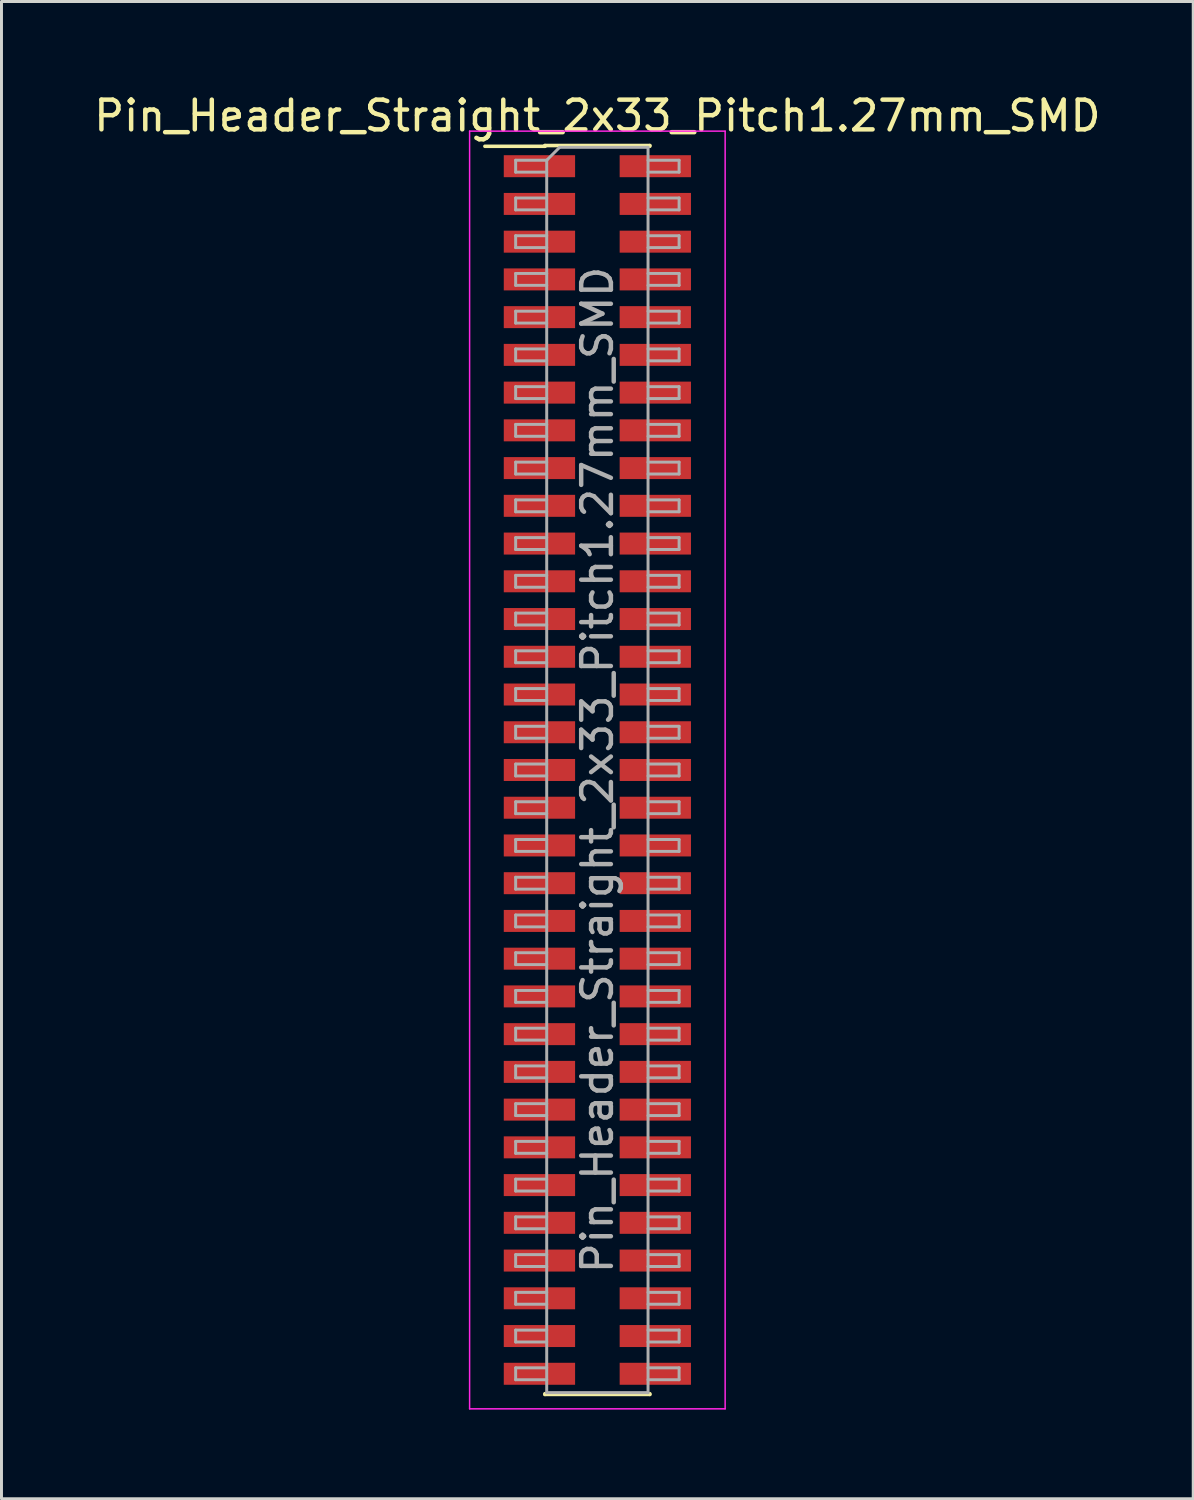
<source format=kicad_pcb>
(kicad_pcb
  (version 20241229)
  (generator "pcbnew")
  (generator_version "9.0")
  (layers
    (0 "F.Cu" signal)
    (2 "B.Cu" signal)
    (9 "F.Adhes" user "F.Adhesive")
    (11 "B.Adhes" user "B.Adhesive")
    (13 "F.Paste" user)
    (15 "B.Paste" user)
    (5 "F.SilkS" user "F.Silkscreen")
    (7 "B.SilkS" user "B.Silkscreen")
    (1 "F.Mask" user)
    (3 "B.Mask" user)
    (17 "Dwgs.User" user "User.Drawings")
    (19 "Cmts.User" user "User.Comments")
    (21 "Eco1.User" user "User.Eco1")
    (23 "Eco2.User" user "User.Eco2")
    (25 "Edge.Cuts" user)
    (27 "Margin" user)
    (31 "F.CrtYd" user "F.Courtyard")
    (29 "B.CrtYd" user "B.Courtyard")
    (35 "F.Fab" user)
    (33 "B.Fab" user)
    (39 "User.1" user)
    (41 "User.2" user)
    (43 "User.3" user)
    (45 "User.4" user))
  (footprint "Pin_Header_Straight_2x33_Pitch1.27mm_SMD"
    (layer "F.Cu")
    (at 17.054 22.863)
    (property "Reference" "Pin_Header_Straight_2x33_Pitch1.27mm_SMD" (at 0 -22.015 0) (layer "F.SilkS") (effects (font (size 1 1) (thickness 0.15))))
    (attr smd)
    (fp_line (start -3.785 -20.99) (end -1.765 -20.99) (stroke (width 0.12) (type solid)) (layer "F.SilkS"))
    (fp_line (start -1.765 -21.015) (end 1.765 -21.015) (stroke (width 0.12) (type solid)) (layer "F.SilkS"))
    (fp_line (start -1.765 -20.99) (end -1.765 -21.015) (stroke (width 0.12) (type solid)) (layer "F.SilkS"))
    (fp_line (start -1.765 20.99) (end -1.765 21.015) (stroke (width 0.12) (type solid)) (layer "F.SilkS"))
    (fp_line (start -1.765 21.015) (end 1.765 21.015) (stroke (width 0.12) (type solid)) (layer "F.SilkS"))
    (fp_line (start 1.765 -21.015) (end 1.765 -20.99) (stroke (width 0.12) (type solid)) (layer "F.SilkS"))
    (fp_line (start 1.765 21.015) (end 1.765 20.99) (stroke (width 0.12) (type solid)) (layer "F.SilkS"))
    (fp_line (start -4.3 -21.5) (end -4.3 21.5) (stroke (width 0.05) (type solid)) (layer "F.CrtYd"))
    (fp_line (start -4.3 21.5) (end 4.3 21.5) (stroke (width 0.05) (type solid)) (layer "F.CrtYd"))
    (fp_line (start 4.3 -21.5) (end -4.3 -21.5) (stroke (width 0.05) (type solid)) (layer "F.CrtYd"))
    (fp_line (start 4.3 21.5) (end 4.3 -21.5) (stroke (width 0.05) (type solid)) (layer "F.CrtYd"))
    (fp_line (start -2.75 -20.52) (end -2.75 -20.12) (stroke (width 0.1) (type solid)) (layer "F.Fab"))
    (fp_line (start -2.75 -20.12) (end -1.705 -20.12) (stroke (width 0.1) (type solid)) (layer "F.Fab"))
    (fp_line (start -2.75 -19.25) (end -2.75 -18.85) (stroke (width 0.1) (type solid)) (layer "F.Fab"))
    (fp_line (start -2.75 -18.85) (end -1.705 -18.85) (stroke (width 0.1) (type solid)) (layer "F.Fab"))
    (fp_line (start -2.75 -17.98) (end -2.75 -17.58) (stroke (width 0.1) (type solid)) (layer "F.Fab"))
    (fp_line (start -2.75 -17.58) (end -1.705 -17.58) (stroke (width 0.1) (type solid)) (layer "F.Fab"))
    (fp_line (start -2.75 -16.71) (end -2.75 -16.31) (stroke (width 0.1) (type solid)) (layer "F.Fab"))
    (fp_line (start -2.75 -16.31) (end -1.705 -16.31) (stroke (width 0.1) (type solid)) (layer "F.Fab"))
    (fp_line (start -2.75 -15.44) (end -2.75 -15.04) (stroke (width 0.1) (type solid)) (layer "F.Fab"))
    (fp_line (start -2.75 -15.04) (end -1.705 -15.04) (stroke (width 0.1) (type solid)) (layer "F.Fab"))
    (fp_line (start -2.75 -14.17) (end -2.75 -13.77) (stroke (width 0.1) (type solid)) (layer "F.Fab"))
    (fp_line (start -2.75 -13.77) (end -1.705 -13.77) (stroke (width 0.1) (type solid)) (layer "F.Fab"))
    (fp_line (start -2.75 -12.9) (end -2.75 -12.5) (stroke (width 0.1) (type solid)) (layer "F.Fab"))
    (fp_line (start -2.75 -12.5) (end -1.705 -12.5) (stroke (width 0.1) (type solid)) (layer "F.Fab"))
    (fp_line (start -2.75 -11.63) (end -2.75 -11.23) (stroke (width 0.1) (type solid)) (layer "F.Fab"))
    (fp_line (start -2.75 -11.23) (end -1.705 -11.23) (stroke (width 0.1) (type solid)) (layer "F.Fab"))
    (fp_line (start -2.75 -10.36) (end -2.75 -9.96) (stroke (width 0.1) (type solid)) (layer "F.Fab"))
    (fp_line (start -2.75 -9.96) (end -1.705 -9.96) (stroke (width 0.1) (type solid)) (layer "F.Fab"))
    (fp_line (start -2.75 -9.09) (end -2.75 -8.69) (stroke (width 0.1) (type solid)) (layer "F.Fab"))
    (fp_line (start -2.75 -8.69) (end -1.705 -8.69) (stroke (width 0.1) (type solid)) (layer "F.Fab"))
    (fp_line (start -2.75 -7.82) (end -2.75 -7.42) (stroke (width 0.1) (type solid)) (layer "F.Fab"))
    (fp_line (start -2.75 -7.42) (end -1.705 -7.42) (stroke (width 0.1) (type solid)) (layer "F.Fab"))
    (fp_line (start -2.75 -6.55) (end -2.75 -6.15) (stroke (width 0.1) (type solid)) (layer "F.Fab"))
    (fp_line (start -2.75 -6.15) (end -1.705 -6.15) (stroke (width 0.1) (type solid)) (layer "F.Fab"))
    (fp_line (start -2.75 -5.28) (end -2.75 -4.88) (stroke (width 0.1) (type solid)) (layer "F.Fab"))
    (fp_line (start -2.75 -4.88) (end -1.705 -4.88) (stroke (width 0.1) (type solid)) (layer "F.Fab"))
    (fp_line (start -2.75 -4.01) (end -2.75 -3.61) (stroke (width 0.1) (type solid)) (layer "F.Fab"))
    (fp_line (start -2.75 -3.61) (end -1.705 -3.61) (stroke (width 0.1) (type solid)) (layer "F.Fab"))
    (fp_line (start -2.75 -2.74) (end -2.75 -2.34) (stroke (width 0.1) (type solid)) (layer "F.Fab"))
    (fp_line (start -2.75 -2.34) (end -1.705 -2.34) (stroke (width 0.1) (type solid)) (layer "F.Fab"))
    (fp_line (start -2.75 -1.47) (end -2.75 -1.07) (stroke (width 0.1) (type solid)) (layer "F.Fab"))
    (fp_line (start -2.75 -1.07) (end -1.705 -1.07) (stroke (width 0.1) (type solid)) (layer "F.Fab"))
    (fp_line (start -2.75 -0.2) (end -2.75 0.2) (stroke (width 0.1) (type solid)) (layer "F.Fab"))
    (fp_line (start -2.75 0.2) (end -1.705 0.2) (stroke (width 0.1) (type solid)) (layer "F.Fab"))
    (fp_line (start -2.75 1.07) (end -2.75 1.47) (stroke (width 0.1) (type solid)) (layer "F.Fab"))
    (fp_line (start -2.75 1.47) (end -1.705 1.47) (stroke (width 0.1) (type solid)) (layer "F.Fab"))
    (fp_line (start -2.75 2.34) (end -2.75 2.74) (stroke (width 0.1) (type solid)) (layer "F.Fab"))
    (fp_line (start -2.75 2.74) (end -1.705 2.74) (stroke (width 0.1) (type solid)) (layer "F.Fab"))
    (fp_line (start -2.75 3.61) (end -2.75 4.01) (stroke (width 0.1) (type solid)) (layer "F.Fab"))
    (fp_line (start -2.75 4.01) (end -1.705 4.01) (stroke (width 0.1) (type solid)) (layer "F.Fab"))
    (fp_line (start -2.75 4.88) (end -2.75 5.28) (stroke (width 0.1) (type solid)) (layer "F.Fab"))
    (fp_line (start -2.75 5.28) (end -1.705 5.28) (stroke (width 0.1) (type solid)) (layer "F.Fab"))
    (fp_line (start -2.75 6.15) (end -2.75 6.55) (stroke (width 0.1) (type solid)) (layer "F.Fab"))
    (fp_line (start -2.75 6.55) (end -1.705 6.55) (stroke (width 0.1) (type solid)) (layer "F.Fab"))
    (fp_line (start -2.75 7.42) (end -2.75 7.82) (stroke (width 0.1) (type solid)) (layer "F.Fab"))
    (fp_line (start -2.75 7.82) (end -1.705 7.82) (stroke (width 0.1) (type solid)) (layer "F.Fab"))
    (fp_line (start -2.75 8.69) (end -2.75 9.09) (stroke (width 0.1) (type solid)) (layer "F.Fab"))
    (fp_line (start -2.75 9.09) (end -1.705 9.09) (stroke (width 0.1) (type solid)) (layer "F.Fab"))
    (fp_line (start -2.75 9.96) (end -2.75 10.36) (stroke (width 0.1) (type solid)) (layer "F.Fab"))
    (fp_line (start -2.75 10.36) (end -1.705 10.36) (stroke (width 0.1) (type solid)) (layer "F.Fab"))
    (fp_line (start -2.75 11.23) (end -2.75 11.63) (stroke (width 0.1) (type solid)) (layer "F.Fab"))
    (fp_line (start -2.75 11.63) (end -1.705 11.63) (stroke (width 0.1) (type solid)) (layer "F.Fab"))
    (fp_line (start -2.75 12.5) (end -2.75 12.9) (stroke (width 0.1) (type solid)) (layer "F.Fab"))
    (fp_line (start -2.75 12.9) (end -1.705 12.9) (stroke (width 0.1) (type solid)) (layer "F.Fab"))
    (fp_line (start -2.75 13.77) (end -2.75 14.17) (stroke (width 0.1) (type solid)) (layer "F.Fab"))
    (fp_line (start -2.75 14.17) (end -1.705 14.17) (stroke (width 0.1) (type solid)) (layer "F.Fab"))
    (fp_line (start -2.75 15.04) (end -2.75 15.44) (stroke (width 0.1) (type solid)) (layer "F.Fab"))
    (fp_line (start -2.75 15.44) (end -1.705 15.44) (stroke (width 0.1) (type solid)) (layer "F.Fab"))
    (fp_line (start -2.75 16.31) (end -2.75 16.71) (stroke (width 0.1) (type solid)) (layer "F.Fab"))
    (fp_line (start -2.75 16.71) (end -1.705 16.71) (stroke (width 0.1) (type solid)) (layer "F.Fab"))
    (fp_line (start -2.75 17.58) (end -2.75 17.98) (stroke (width 0.1) (type solid)) (layer "F.Fab"))
    (fp_line (start -2.75 17.98) (end -1.705 17.98) (stroke (width 0.1) (type solid)) (layer "F.Fab"))
    (fp_line (start -2.75 18.85) (end -2.75 19.25) (stroke (width 0.1) (type solid)) (layer "F.Fab"))
    (fp_line (start -2.75 19.25) (end -1.705 19.25) (stroke (width 0.1) (type solid)) (layer "F.Fab"))
    (fp_line (start -2.75 20.12) (end -2.75 20.52) (stroke (width 0.1) (type solid)) (layer "F.Fab"))
    (fp_line (start -2.75 20.52) (end -1.705 20.52) (stroke (width 0.1) (type solid)) (layer "F.Fab"))
    (fp_line (start -1.705 -20.52) (end -2.75 -20.52) (stroke (width 0.1) (type solid)) (layer "F.Fab"))
    (fp_line (start -1.705 -20.52) (end -1.27 -20.955) (stroke (width 0.1) (type solid)) (layer "F.Fab"))
    (fp_line (start -1.705 -19.25) (end -2.75 -19.25) (stroke (width 0.1) (type solid)) (layer "F.Fab"))
    (fp_line (start -1.705 -17.98) (end -2.75 -17.98) (stroke (width 0.1) (type solid)) (layer "F.Fab"))
    (fp_line (start -1.705 -16.71) (end -2.75 -16.71) (stroke (width 0.1) (type solid)) (layer "F.Fab"))
    (fp_line (start -1.705 -15.44) (end -2.75 -15.44) (stroke (width 0.1) (type solid)) (layer "F.Fab"))
    (fp_line (start -1.705 -14.17) (end -2.75 -14.17) (stroke (width 0.1) (type solid)) (layer "F.Fab"))
    (fp_line (start -1.705 -12.9) (end -2.75 -12.9) (stroke (width 0.1) (type solid)) (layer "F.Fab"))
    (fp_line (start -1.705 -11.63) (end -2.75 -11.63) (stroke (width 0.1) (type solid)) (layer "F.Fab"))
    (fp_line (start -1.705 -10.36) (end -2.75 -10.36) (stroke (width 0.1) (type solid)) (layer "F.Fab"))
    (fp_line (start -1.705 -9.09) (end -2.75 -9.09) (stroke (width 0.1) (type solid)) (layer "F.Fab"))
    (fp_line (start -1.705 -7.82) (end -2.75 -7.82) (stroke (width 0.1) (type solid)) (layer "F.Fab"))
    (fp_line (start -1.705 -6.55) (end -2.75 -6.55) (stroke (width 0.1) (type solid)) (layer "F.Fab"))
    (fp_line (start -1.705 -5.28) (end -2.75 -5.28) (stroke (width 0.1) (type solid)) (layer "F.Fab"))
    (fp_line (start -1.705 -4.01) (end -2.75 -4.01) (stroke (width 0.1) (type solid)) (layer "F.Fab"))
    (fp_line (start -1.705 -2.74) (end -2.75 -2.74) (stroke (width 0.1) (type solid)) (layer "F.Fab"))
    (fp_line (start -1.705 -1.47) (end -2.75 -1.47) (stroke (width 0.1) (type solid)) (layer "F.Fab"))
    (fp_line (start -1.705 -0.2) (end -2.75 -0.2) (stroke (width 0.1) (type solid)) (layer "F.Fab"))
    (fp_line (start -1.705 1.07) (end -2.75 1.07) (stroke (width 0.1) (type solid)) (layer "F.Fab"))
    (fp_line (start -1.705 2.34) (end -2.75 2.34) (stroke (width 0.1) (type solid)) (layer "F.Fab"))
    (fp_line (start -1.705 3.61) (end -2.75 3.61) (stroke (width 0.1) (type solid)) (layer "F.Fab"))
    (fp_line (start -1.705 4.88) (end -2.75 4.88) (stroke (width 0.1) (type solid)) (layer "F.Fab"))
    (fp_line (start -1.705 6.15) (end -2.75 6.15) (stroke (width 0.1) (type solid)) (layer "F.Fab"))
    (fp_line (start -1.705 7.42) (end -2.75 7.42) (stroke (width 0.1) (type solid)) (layer "F.Fab"))
    (fp_line (start -1.705 8.69) (end -2.75 8.69) (stroke (width 0.1) (type solid)) (layer "F.Fab"))
    (fp_line (start -1.705 9.96) (end -2.75 9.96) (stroke (width 0.1) (type solid)) (layer "F.Fab"))
    (fp_line (start -1.705 11.23) (end -2.75 11.23) (stroke (width 0.1) (type solid)) (layer "F.Fab"))
    (fp_line (start -1.705 12.5) (end -2.75 12.5) (stroke (width 0.1) (type solid)) (layer "F.Fab"))
    (fp_line (start -1.705 13.77) (end -2.75 13.77) (stroke (width 0.1) (type solid)) (layer "F.Fab"))
    (fp_line (start -1.705 15.04) (end -2.75 15.04) (stroke (width 0.1) (type solid)) (layer "F.Fab"))
    (fp_line (start -1.705 16.31) (end -2.75 16.31) (stroke (width 0.1) (type solid)) (layer "F.Fab"))
    (fp_line (start -1.705 17.58) (end -2.75 17.58) (stroke (width 0.1) (type solid)) (layer "F.Fab"))
    (fp_line (start -1.705 18.85) (end -2.75 18.85) (stroke (width 0.1) (type solid)) (layer "F.Fab"))
    (fp_line (start -1.705 20.12) (end -2.75 20.12) (stroke (width 0.1) (type solid)) (layer "F.Fab"))
    (fp_line (start -1.705 20.955) (end -1.705 -20.52) (stroke (width 0.1) (type solid)) (layer "F.Fab"))
    (fp_line (start -1.27 -20.955) (end 1.705 -20.955) (stroke (width 0.1) (type solid)) (layer "F.Fab"))
    (fp_line (start 1.705 -20.955) (end 1.705 20.955) (stroke (width 0.1) (type solid)) (layer "F.Fab"))
    (fp_line (start 1.705 -20.52) (end 2.75 -20.52) (stroke (width 0.1) (type solid)) (layer "F.Fab"))
    (fp_line (start 1.705 -19.25) (end 2.75 -19.25) (stroke (width 0.1) (type solid)) (layer "F.Fab"))
    (fp_line (start 1.705 -17.98) (end 2.75 -17.98) (stroke (width 0.1) (type solid)) (layer "F.Fab"))
    (fp_line (start 1.705 -16.71) (end 2.75 -16.71) (stroke (width 0.1) (type solid)) (layer "F.Fab"))
    (fp_line (start 1.705 -15.44) (end 2.75 -15.44) (stroke (width 0.1) (type solid)) (layer "F.Fab"))
    (fp_line (start 1.705 -14.17) (end 2.75 -14.17) (stroke (width 0.1) (type solid)) (layer "F.Fab"))
    (fp_line (start 1.705 -12.9) (end 2.75 -12.9) (stroke (width 0.1) (type solid)) (layer "F.Fab"))
    (fp_line (start 1.705 -11.63) (end 2.75 -11.63) (stroke (width 0.1) (type solid)) (layer "F.Fab"))
    (fp_line (start 1.705 -10.36) (end 2.75 -10.36) (stroke (width 0.1) (type solid)) (layer "F.Fab"))
    (fp_line (start 1.705 -9.09) (end 2.75 -9.09) (stroke (width 0.1) (type solid)) (layer "F.Fab"))
    (fp_line (start 1.705 -7.82) (end 2.75 -7.82) (stroke (width 0.1) (type solid)) (layer "F.Fab"))
    (fp_line (start 1.705 -6.55) (end 2.75 -6.55) (stroke (width 0.1) (type solid)) (layer "F.Fab"))
    (fp_line (start 1.705 -5.28) (end 2.75 -5.28) (stroke (width 0.1) (type solid)) (layer "F.Fab"))
    (fp_line (start 1.705 -4.01) (end 2.75 -4.01) (stroke (width 0.1) (type solid)) (layer "F.Fab"))
    (fp_line (start 1.705 -2.74) (end 2.75 -2.74) (stroke (width 0.1) (type solid)) (layer "F.Fab"))
    (fp_line (start 1.705 -1.47) (end 2.75 -1.47) (stroke (width 0.1) (type solid)) (layer "F.Fab"))
    (fp_line (start 1.705 -0.2) (end 2.75 -0.2) (stroke (width 0.1) (type solid)) (layer "F.Fab"))
    (fp_line (start 1.705 1.07) (end 2.75 1.07) (stroke (width 0.1) (type solid)) (layer "F.Fab"))
    (fp_line (start 1.705 2.34) (end 2.75 2.34) (stroke (width 0.1) (type solid)) (layer "F.Fab"))
    (fp_line (start 1.705 3.61) (end 2.75 3.61) (stroke (width 0.1) (type solid)) (layer "F.Fab"))
    (fp_line (start 1.705 4.88) (end 2.75 4.88) (stroke (width 0.1) (type solid)) (layer "F.Fab"))
    (fp_line (start 1.705 6.15) (end 2.75 6.15) (stroke (width 0.1) (type solid)) (layer "F.Fab"))
    (fp_line (start 1.705 7.42) (end 2.75 7.42) (stroke (width 0.1) (type solid)) (layer "F.Fab"))
    (fp_line (start 1.705 8.69) (end 2.75 8.69) (stroke (width 0.1) (type solid)) (layer "F.Fab"))
    (fp_line (start 1.705 9.96) (end 2.75 9.96) (stroke (width 0.1) (type solid)) (layer "F.Fab"))
    (fp_line (start 1.705 11.23) (end 2.75 11.23) (stroke (width 0.1) (type solid)) (layer "F.Fab"))
    (fp_line (start 1.705 12.5) (end 2.75 12.5) (stroke (width 0.1) (type solid)) (layer "F.Fab"))
    (fp_line (start 1.705 13.77) (end 2.75 13.77) (stroke (width 0.1) (type solid)) (layer "F.Fab"))
    (fp_line (start 1.705 15.04) (end 2.75 15.04) (stroke (width 0.1) (type solid)) (layer "F.Fab"))
    (fp_line (start 1.705 16.31) (end 2.75 16.31) (stroke (width 0.1) (type solid)) (layer "F.Fab"))
    (fp_line (start 1.705 17.58) (end 2.75 17.58) (stroke (width 0.1) (type solid)) (layer "F.Fab"))
    (fp_line (start 1.705 18.85) (end 2.75 18.85) (stroke (width 0.1) (type solid)) (layer "F.Fab"))
    (fp_line (start 1.705 20.12) (end 2.75 20.12) (stroke (width 0.1) (type solid)) (layer "F.Fab"))
    (fp_line (start 1.705 20.955) (end -1.705 20.955) (stroke (width 0.1) (type solid)) (layer "F.Fab"))
    (fp_line (start 2.75 -20.52) (end 2.75 -20.12) (stroke (width 0.1) (type solid)) (layer "F.Fab"))
    (fp_line (start 2.75 -20.12) (end 1.705 -20.12) (stroke (width 0.1) (type solid)) (layer "F.Fab"))
    (fp_line (start 2.75 -19.25) (end 2.75 -18.85) (stroke (width 0.1) (type solid)) (layer "F.Fab"))
    (fp_line (start 2.75 -18.85) (end 1.705 -18.85) (stroke (width 0.1) (type solid)) (layer "F.Fab"))
    (fp_line (start 2.75 -17.98) (end 2.75 -17.58) (stroke (width 0.1) (type solid)) (layer "F.Fab"))
    (fp_line (start 2.75 -17.58) (end 1.705 -17.58) (stroke (width 0.1) (type solid)) (layer "F.Fab"))
    (fp_line (start 2.75 -16.71) (end 2.75 -16.31) (stroke (width 0.1) (type solid)) (layer "F.Fab"))
    (fp_line (start 2.75 -16.31) (end 1.705 -16.31) (stroke (width 0.1) (type solid)) (layer "F.Fab"))
    (fp_line (start 2.75 -15.44) (end 2.75 -15.04) (stroke (width 0.1) (type solid)) (layer "F.Fab"))
    (fp_line (start 2.75 -15.04) (end 1.705 -15.04) (stroke (width 0.1) (type solid)) (layer "F.Fab"))
    (fp_line (start 2.75 -14.17) (end 2.75 -13.77) (stroke (width 0.1) (type solid)) (layer "F.Fab"))
    (fp_line (start 2.75 -13.77) (end 1.705 -13.77) (stroke (width 0.1) (type solid)) (layer "F.Fab"))
    (fp_line (start 2.75 -12.9) (end 2.75 -12.5) (stroke (width 0.1) (type solid)) (layer "F.Fab"))
    (fp_line (start 2.75 -12.5) (end 1.705 -12.5) (stroke (width 0.1) (type solid)) (layer "F.Fab"))
    (fp_line (start 2.75 -11.63) (end 2.75 -11.23) (stroke (width 0.1) (type solid)) (layer "F.Fab"))
    (fp_line (start 2.75 -11.23) (end 1.705 -11.23) (stroke (width 0.1) (type solid)) (layer "F.Fab"))
    (fp_line (start 2.75 -10.36) (end 2.75 -9.96) (stroke (width 0.1) (type solid)) (layer "F.Fab"))
    (fp_line (start 2.75 -9.96) (end 1.705 -9.96) (stroke (width 0.1) (type solid)) (layer "F.Fab"))
    (fp_line (start 2.75 -9.09) (end 2.75 -8.69) (stroke (width 0.1) (type solid)) (layer "F.Fab"))
    (fp_line (start 2.75 -8.69) (end 1.705 -8.69) (stroke (width 0.1) (type solid)) (layer "F.Fab"))
    (fp_line (start 2.75 -7.82) (end 2.75 -7.42) (stroke (width 0.1) (type solid)) (layer "F.Fab"))
    (fp_line (start 2.75 -7.42) (end 1.705 -7.42) (stroke (width 0.1) (type solid)) (layer "F.Fab"))
    (fp_line (start 2.75 -6.55) (end 2.75 -6.15) (stroke (width 0.1) (type solid)) (layer "F.Fab"))
    (fp_line (start 2.75 -6.15) (end 1.705 -6.15) (stroke (width 0.1) (type solid)) (layer "F.Fab"))
    (fp_line (start 2.75 -5.28) (end 2.75 -4.88) (stroke (width 0.1) (type solid)) (layer "F.Fab"))
    (fp_line (start 2.75 -4.88) (end 1.705 -4.88) (stroke (width 0.1) (type solid)) (layer "F.Fab"))
    (fp_line (start 2.75 -4.01) (end 2.75 -3.61) (stroke (width 0.1) (type solid)) (layer "F.Fab"))
    (fp_line (start 2.75 -3.61) (end 1.705 -3.61) (stroke (width 0.1) (type solid)) (layer "F.Fab"))
    (fp_line (start 2.75 -2.74) (end 2.75 -2.34) (stroke (width 0.1) (type solid)) (layer "F.Fab"))
    (fp_line (start 2.75 -2.34) (end 1.705 -2.34) (stroke (width 0.1) (type solid)) (layer "F.Fab"))
    (fp_line (start 2.75 -1.47) (end 2.75 -1.07) (stroke (width 0.1) (type solid)) (layer "F.Fab"))
    (fp_line (start 2.75 -1.07) (end 1.705 -1.07) (stroke (width 0.1) (type solid)) (layer "F.Fab"))
    (fp_line (start 2.75 -0.2) (end 2.75 0.2) (stroke (width 0.1) (type solid)) (layer "F.Fab"))
    (fp_line (start 2.75 0.2) (end 1.705 0.2) (stroke (width 0.1) (type solid)) (layer "F.Fab"))
    (fp_line (start 2.75 1.07) (end 2.75 1.47) (stroke (width 0.1) (type solid)) (layer "F.Fab"))
    (fp_line (start 2.75 1.47) (end 1.705 1.47) (stroke (width 0.1) (type solid)) (layer "F.Fab"))
    (fp_line (start 2.75 2.34) (end 2.75 2.74) (stroke (width 0.1) (type solid)) (layer "F.Fab"))
    (fp_line (start 2.75 2.74) (end 1.705 2.74) (stroke (width 0.1) (type solid)) (layer "F.Fab"))
    (fp_line (start 2.75 3.61) (end 2.75 4.01) (stroke (width 0.1) (type solid)) (layer "F.Fab"))
    (fp_line (start 2.75 4.01) (end 1.705 4.01) (stroke (width 0.1) (type solid)) (layer "F.Fab"))
    (fp_line (start 2.75 4.88) (end 2.75 5.28) (stroke (width 0.1) (type solid)) (layer "F.Fab"))
    (fp_line (start 2.75 5.28) (end 1.705 5.28) (stroke (width 0.1) (type solid)) (layer "F.Fab"))
    (fp_line (start 2.75 6.15) (end 2.75 6.55) (stroke (width 0.1) (type solid)) (layer "F.Fab"))
    (fp_line (start 2.75 6.55) (end 1.705 6.55) (stroke (width 0.1) (type solid)) (layer "F.Fab"))
    (fp_line (start 2.75 7.42) (end 2.75 7.82) (stroke (width 0.1) (type solid)) (layer "F.Fab"))
    (fp_line (start 2.75 7.82) (end 1.705 7.82) (stroke (width 0.1) (type solid)) (layer "F.Fab"))
    (fp_line (start 2.75 8.69) (end 2.75 9.09) (stroke (width 0.1) (type solid)) (layer "F.Fab"))
    (fp_line (start 2.75 9.09) (end 1.705 9.09) (stroke (width 0.1) (type solid)) (layer "F.Fab"))
    (fp_line (start 2.75 9.96) (end 2.75 10.36) (stroke (width 0.1) (type solid)) (layer "F.Fab"))
    (fp_line (start 2.75 10.36) (end 1.705 10.36) (stroke (width 0.1) (type solid)) (layer "F.Fab"))
    (fp_line (start 2.75 11.23) (end 2.75 11.63) (stroke (width 0.1) (type solid)) (layer "F.Fab"))
    (fp_line (start 2.75 11.63) (end 1.705 11.63) (stroke (width 0.1) (type solid)) (layer "F.Fab"))
    (fp_line (start 2.75 12.5) (end 2.75 12.9) (stroke (width 0.1) (type solid)) (layer "F.Fab"))
    (fp_line (start 2.75 12.9) (end 1.705 12.9) (stroke (width 0.1) (type solid)) (layer "F.Fab"))
    (fp_line (start 2.75 13.77) (end 2.75 14.17) (stroke (width 0.1) (type solid)) (layer "F.Fab"))
    (fp_line (start 2.75 14.17) (end 1.705 14.17) (stroke (width 0.1) (type solid)) (layer "F.Fab"))
    (fp_line (start 2.75 15.04) (end 2.75 15.44) (stroke (width 0.1) (type solid)) (layer "F.Fab"))
    (fp_line (start 2.75 15.44) (end 1.705 15.44) (stroke (width 0.1) (type solid)) (layer "F.Fab"))
    (fp_line (start 2.75 16.31) (end 2.75 16.71) (stroke (width 0.1) (type solid)) (layer "F.Fab"))
    (fp_line (start 2.75 16.71) (end 1.705 16.71) (stroke (width 0.1) (type solid)) (layer "F.Fab"))
    (fp_line (start 2.75 17.58) (end 2.75 17.98) (stroke (width 0.1) (type solid)) (layer "F.Fab"))
    (fp_line (start 2.75 17.98) (end 1.705 17.98) (stroke (width 0.1) (type solid)) (layer "F.Fab"))
    (fp_line (start 2.75 18.85) (end 2.75 19.25) (stroke (width 0.1) (type solid)) (layer "F.Fab"))
    (fp_line (start 2.75 19.25) (end 1.705 19.25) (stroke (width 0.1) (type solid)) (layer "F.Fab"))
    (fp_line (start 2.75 20.12) (end 2.75 20.52) (stroke (width 0.1) (type solid)) (layer "F.Fab"))
    (fp_line (start 2.75 20.52) (end 1.705 20.52) (stroke (width 0.1) (type solid)) (layer "F.Fab"))
    (fp_text user "${REFERENCE}" (at 0 0 90) (layer "F.Fab") (effects (font (size 1 1) (thickness 0.15))))
    (pad "1" smd rect (at -1.95 -20.32) (size 2.4 0.74) (layers "F.Cu" "F.Mask" "F.Paste"))
    (pad "2" smd rect (at 1.95 -20.32) (size 2.4 0.74) (layers "F.Cu" "F.Mask" "F.Paste"))
    (pad "3" smd rect (at -1.95 -19.05) (size 2.4 0.74) (layers "F.Cu" "F.Mask" "F.Paste"))
    (pad "4" smd rect (at 1.95 -19.05) (size 2.4 0.74) (layers "F.Cu" "F.Mask" "F.Paste"))
    (pad "5" smd rect (at -1.95 -17.78) (size 2.4 0.74) (layers "F.Cu" "F.Mask" "F.Paste"))
    (pad "6" smd rect (at 1.95 -17.78) (size 2.4 0.74) (layers "F.Cu" "F.Mask" "F.Paste"))
    (pad "7" smd rect (at -1.95 -16.51) (size 2.4 0.74) (layers "F.Cu" "F.Mask" "F.Paste"))
    (pad "8" smd rect (at 1.95 -16.51) (size 2.4 0.74) (layers "F.Cu" "F.Mask" "F.Paste"))
    (pad "9" smd rect (at -1.95 -15.24) (size 2.4 0.74) (layers "F.Cu" "F.Mask" "F.Paste"))
    (pad "10" smd rect (at 1.95 -15.24) (size 2.4 0.74) (layers "F.Cu" "F.Mask" "F.Paste"))
    (pad "11" smd rect (at -1.95 -13.97) (size 2.4 0.74) (layers "F.Cu" "F.Mask" "F.Paste"))
    (pad "12" smd rect (at 1.95 -13.97) (size 2.4 0.74) (layers "F.Cu" "F.Mask" "F.Paste"))
    (pad "13" smd rect (at -1.95 -12.7) (size 2.4 0.74) (layers "F.Cu" "F.Mask" "F.Paste"))
    (pad "14" smd rect (at 1.95 -12.7) (size 2.4 0.74) (layers "F.Cu" "F.Mask" "F.Paste"))
    (pad "15" smd rect (at -1.95 -11.43) (size 2.4 0.74) (layers "F.Cu" "F.Mask" "F.Paste"))
    (pad "16" smd rect (at 1.95 -11.43) (size 2.4 0.74) (layers "F.Cu" "F.Mask" "F.Paste"))
    (pad "17" smd rect (at -1.95 -10.16) (size 2.4 0.74) (layers "F.Cu" "F.Mask" "F.Paste"))
    (pad "18" smd rect (at 1.95 -10.16) (size 2.4 0.74) (layers "F.Cu" "F.Mask" "F.Paste"))
    (pad "19" smd rect (at -1.95 -8.89) (size 2.4 0.74) (layers "F.Cu" "F.Mask" "F.Paste"))
    (pad "20" smd rect (at 1.95 -8.89) (size 2.4 0.74) (layers "F.Cu" "F.Mask" "F.Paste"))
    (pad "21" smd rect (at -1.95 -7.62) (size 2.4 0.74) (layers "F.Cu" "F.Mask" "F.Paste"))
    (pad "22" smd rect (at 1.95 -7.62) (size 2.4 0.74) (layers "F.Cu" "F.Mask" "F.Paste"))
    (pad "23" smd rect (at -1.95 -6.35) (size 2.4 0.74) (layers "F.Cu" "F.Mask" "F.Paste"))
    (pad "24" smd rect (at 1.95 -6.35) (size 2.4 0.74) (layers "F.Cu" "F.Mask" "F.Paste"))
    (pad "25" smd rect (at -1.95 -5.08) (size 2.4 0.74) (layers "F.Cu" "F.Mask" "F.Paste"))
    (pad "26" smd rect (at 1.95 -5.08) (size 2.4 0.74) (layers "F.Cu" "F.Mask" "F.Paste"))
    (pad "27" smd rect (at -1.95 -3.81) (size 2.4 0.74) (layers "F.Cu" "F.Mask" "F.Paste"))
    (pad "28" smd rect (at 1.95 -3.81) (size 2.4 0.74) (layers "F.Cu" "F.Mask" "F.Paste"))
    (pad "29" smd rect (at -1.95 -2.54) (size 2.4 0.74) (layers "F.Cu" "F.Mask" "F.Paste"))
    (pad "30" smd rect (at 1.95 -2.54) (size 2.4 0.74) (layers "F.Cu" "F.Mask" "F.Paste"))
    (pad "31" smd rect (at -1.95 -1.27) (size 2.4 0.74) (layers "F.Cu" "F.Mask" "F.Paste"))
    (pad "32" smd rect (at 1.95 -1.27) (size 2.4 0.74) (layers "F.Cu" "F.Mask" "F.Paste"))
    (pad "33" smd rect (at -1.95 0) (size 2.4 0.74) (layers "F.Cu" "F.Mask" "F.Paste"))
    (pad "34" smd rect (at 1.95 0) (size 2.4 0.74) (layers "F.Cu" "F.Mask" "F.Paste"))
    (pad "35" smd rect (at -1.95 1.27) (size 2.4 0.74) (layers "F.Cu" "F.Mask" "F.Paste"))
    (pad "36" smd rect (at 1.95 1.27) (size 2.4 0.74) (layers "F.Cu" "F.Mask" "F.Paste"))
    (pad "37" smd rect (at -1.95 2.54) (size 2.4 0.74) (layers "F.Cu" "F.Mask" "F.Paste"))
    (pad "38" smd rect (at 1.95 2.54) (size 2.4 0.74) (layers "F.Cu" "F.Mask" "F.Paste"))
    (pad "39" smd rect (at -1.95 3.81) (size 2.4 0.74) (layers "F.Cu" "F.Mask" "F.Paste"))
    (pad "40" smd rect (at 1.95 3.81) (size 2.4 0.74) (layers "F.Cu" "F.Mask" "F.Paste"))
    (pad "41" smd rect (at -1.95 5.08) (size 2.4 0.74) (layers "F.Cu" "F.Mask" "F.Paste"))
    (pad "42" smd rect (at 1.95 5.08) (size 2.4 0.74) (layers "F.Cu" "F.Mask" "F.Paste"))
    (pad "43" smd rect (at -1.95 6.35) (size 2.4 0.74) (layers "F.Cu" "F.Mask" "F.Paste"))
    (pad "44" smd rect (at 1.95 6.35) (size 2.4 0.74) (layers "F.Cu" "F.Mask" "F.Paste"))
    (pad "45" smd rect (at -1.95 7.62) (size 2.4 0.74) (layers "F.Cu" "F.Mask" "F.Paste"))
    (pad "46" smd rect (at 1.95 7.62) (size 2.4 0.74) (layers "F.Cu" "F.Mask" "F.Paste"))
    (pad "47" smd rect (at -1.95 8.89) (size 2.4 0.74) (layers "F.Cu" "F.Mask" "F.Paste"))
    (pad "48" smd rect (at 1.95 8.89) (size 2.4 0.74) (layers "F.Cu" "F.Mask" "F.Paste"))
    (pad "49" smd rect (at -1.95 10.16) (size 2.4 0.74) (layers "F.Cu" "F.Mask" "F.Paste"))
    (pad "50" smd rect (at 1.95 10.16) (size 2.4 0.74) (layers "F.Cu" "F.Mask" "F.Paste"))
    (pad "51" smd rect (at -1.95 11.43) (size 2.4 0.74) (layers "F.Cu" "F.Mask" "F.Paste"))
    (pad "52" smd rect (at 1.95 11.43) (size 2.4 0.74) (layers "F.Cu" "F.Mask" "F.Paste"))
    (pad "53" smd rect (at -1.95 12.7) (size 2.4 0.74) (layers "F.Cu" "F.Mask" "F.Paste"))
    (pad "54" smd rect (at 1.95 12.7) (size 2.4 0.74) (layers "F.Cu" "F.Mask" "F.Paste"))
    (pad "55" smd rect (at -1.95 13.97) (size 2.4 0.74) (layers "F.Cu" "F.Mask" "F.Paste"))
    (pad "56" smd rect (at 1.95 13.97) (size 2.4 0.74) (layers "F.Cu" "F.Mask" "F.Paste"))
    (pad "57" smd rect (at -1.95 15.24) (size 2.4 0.74) (layers "F.Cu" "F.Mask" "F.Paste"))
    (pad "58" smd rect (at 1.95 15.24) (size 2.4 0.74) (layers "F.Cu" "F.Mask" "F.Paste"))
    (pad "59" smd rect (at -1.95 16.51) (size 2.4 0.74) (layers "F.Cu" "F.Mask" "F.Paste"))
    (pad "60" smd rect (at 1.95 16.51) (size 2.4 0.74) (layers "F.Cu" "F.Mask" "F.Paste"))
    (pad "61" smd rect (at -1.95 17.78) (size 2.4 0.74) (layers "F.Cu" "F.Mask" "F.Paste"))
    (pad "62" smd rect (at 1.95 17.78) (size 2.4 0.74) (layers "F.Cu" "F.Mask" "F.Paste"))
    (pad "63" smd rect (at -1.95 19.05) (size 2.4 0.74) (layers "F.Cu" "F.Mask" "F.Paste"))
    (pad "64" smd rect (at 1.95 19.05) (size 2.4 0.74) (layers "F.Cu" "F.Mask" "F.Paste"))
    (pad "65" smd rect (at -1.95 20.32) (size 2.4 0.74) (layers "F.Cu" "F.Mask" "F.Paste"))
    (pad "66" smd rect (at 1.95 20.32) (size 2.4 0.74) (layers "F.Cu" "F.Mask" "F.Paste")))
  (gr_rect
    (start -3 -3)
    (end 37.107 47.388)
    (stroke (width 0.1) (type default))
    (fill no)
    (layer "Edge.Cuts")))
</source>
